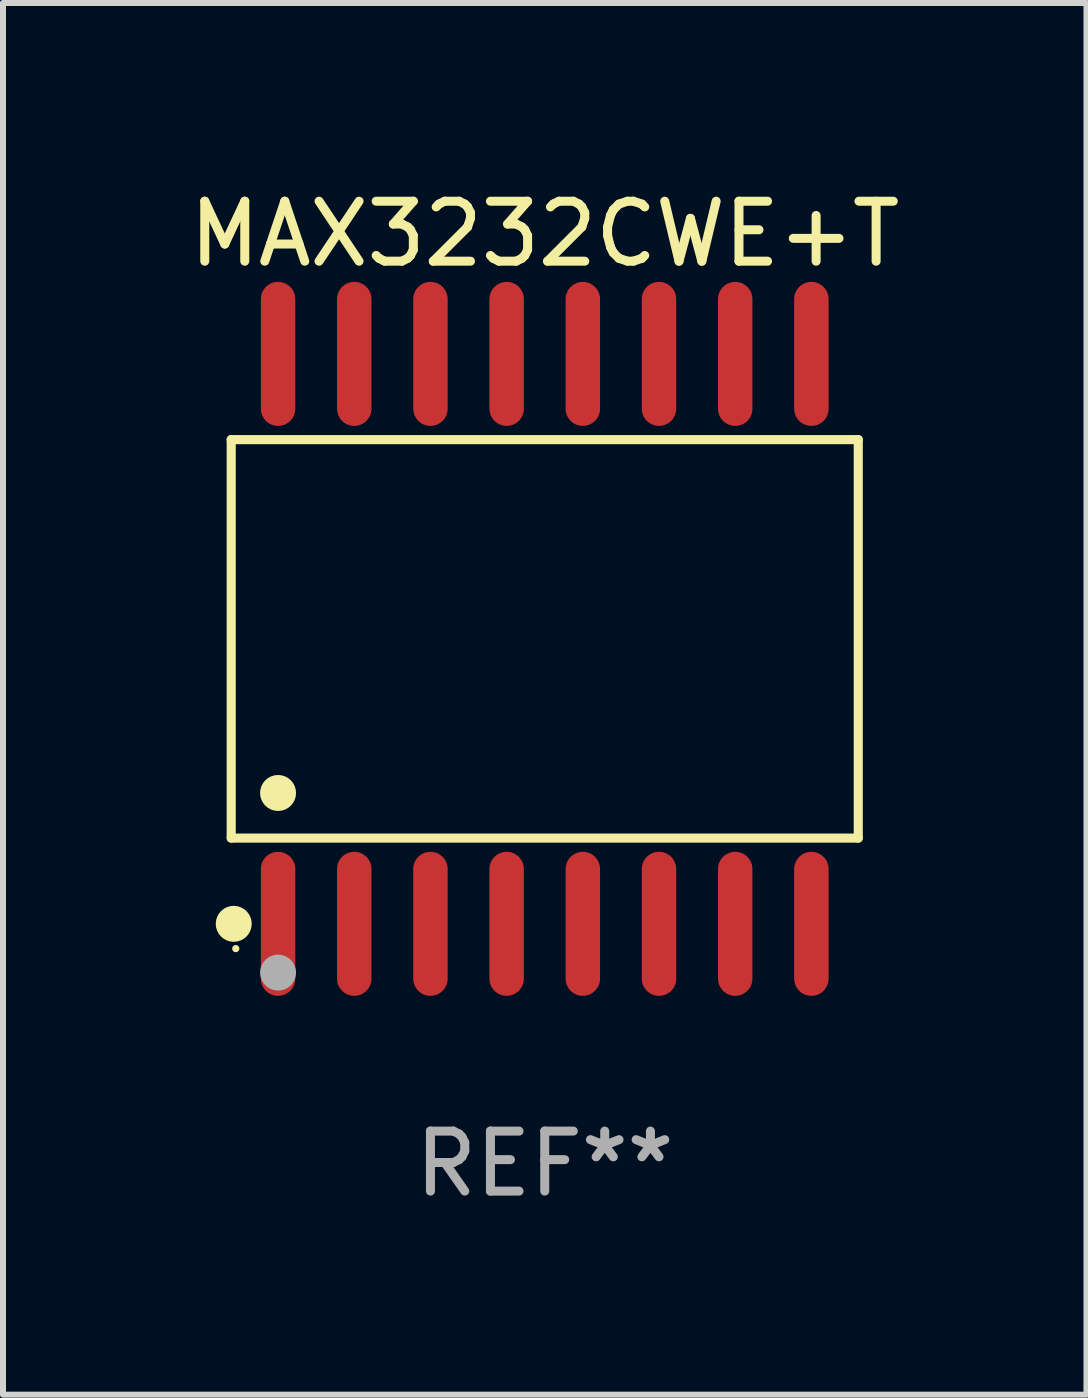
<source format=kicad_pcb>
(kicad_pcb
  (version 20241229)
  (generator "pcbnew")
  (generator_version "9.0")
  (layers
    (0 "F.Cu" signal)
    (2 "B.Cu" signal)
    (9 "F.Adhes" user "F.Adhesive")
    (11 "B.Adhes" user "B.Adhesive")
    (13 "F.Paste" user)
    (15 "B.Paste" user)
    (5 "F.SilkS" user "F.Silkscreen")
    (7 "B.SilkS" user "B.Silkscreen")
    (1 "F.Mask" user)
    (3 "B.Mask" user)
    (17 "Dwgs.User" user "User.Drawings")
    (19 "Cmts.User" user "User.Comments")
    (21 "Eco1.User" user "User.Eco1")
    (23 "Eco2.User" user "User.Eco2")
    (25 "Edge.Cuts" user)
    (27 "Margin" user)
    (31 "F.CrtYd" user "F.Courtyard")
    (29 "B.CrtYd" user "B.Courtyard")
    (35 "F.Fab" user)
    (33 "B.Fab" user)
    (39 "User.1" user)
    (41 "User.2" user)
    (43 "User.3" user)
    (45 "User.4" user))
  (footprint "MAX3232CWE+T"
    (layer "F.Cu")
    (at 6.03 7.599)
    (property "Reference" "MAX3232CWE+T" (at 0 -6.75 0) (layer "F.SilkS") (effects (font (size 1 1) (thickness 0.15))))
    (attr through_hole)
    (fp_line (start -5.226 -3.321) (end 5.226 -3.321) (stroke (width 0.152) (type solid)) (layer "F.SilkS"))
    (fp_line (start -5.226 3.321) (end -5.226 -3.321) (stroke (width 0.152) (type solid)) (layer "F.SilkS"))
    (fp_line (start 5.226 -3.321) (end 5.226 3.321) (stroke (width 0.152) (type solid)) (layer "F.SilkS"))
    (fp_line (start 5.226 3.321) (end -5.226 3.321) (stroke (width 0.152) (type solid)) (layer "F.SilkS"))
    (fp_circle (center -5.184 4.75) (end -5.034 4.75) (stroke (width 0.3) (type solid)) (fill no) (layer "F.SilkS"))
    (fp_circle (center -5.15 5.163) (end -5.12 5.163) (stroke (width 0.06) (type solid)) (fill no) (layer "F.SilkS"))
    (fp_circle (center -4.445 2.569) (end -4.295 2.569) (stroke (width 0.3) (type solid)) (fill no) (layer "F.SilkS"))
    (fp_circle (center -4.445 5.563) (end -4.295 5.563) (stroke (width 0.3) (type solid)) (fill no) (layer "F.Fab"))
    (fp_text user "REF**" (at 0 8.75 0) (layer "F.Fab") (effects (font (size 1 1) (thickness 0.15))))
    (pad "1" smd oval (at -4.445 4.75) (size 0.574 2.401) (layers "F.Cu" "F.Mask" "F.Paste"))
    (pad "2" smd oval (at -3.175 4.75) (size 0.574 2.401) (layers "F.Cu" "F.Mask" "F.Paste"))
    (pad "3" smd oval (at -1.905 4.75) (size 0.574 2.401) (layers "F.Cu" "F.Mask" "F.Paste"))
    (pad "4" smd oval (at -0.635 4.75) (size 0.574 2.401) (layers "F.Cu" "F.Mask" "F.Paste"))
    (pad "5" smd oval (at 0.635 4.75) (size 0.574 2.401) (layers "F.Cu" "F.Mask" "F.Paste"))
    (pad "6" smd oval (at 1.905 4.75) (size 0.574 2.401) (layers "F.Cu" "F.Mask" "F.Paste"))
    (pad "7" smd oval (at 3.175 4.75) (size 0.574 2.401) (layers "F.Cu" "F.Mask" "F.Paste"))
    (pad "8" smd oval (at 4.445 4.75) (size 0.574 2.401) (layers "F.Cu" "F.Mask" "F.Paste"))
    (pad "9" smd oval (at 4.445 -4.75) (size 0.574 2.401) (layers "F.Cu" "F.Mask" "F.Paste"))
    (pad "10" smd oval (at 3.175 -4.75) (size 0.574 2.401) (layers "F.Cu" "F.Mask" "F.Paste"))
    (pad "11" smd oval (at 1.905 -4.75) (size 0.574 2.401) (layers "F.Cu" "F.Mask" "F.Paste"))
    (pad "12" smd oval (at 0.635 -4.75) (size 0.574 2.401) (layers "F.Cu" "F.Mask" "F.Paste"))
    (pad "13" smd oval (at -0.635 -4.75) (size 0.574 2.401) (layers "F.Cu" "F.Mask" "F.Paste"))
    (pad "14" smd oval (at -1.905 -4.75) (size 0.574 2.401) (layers "F.Cu" "F.Mask" "F.Paste"))
    (pad "15" smd oval (at -3.175 -4.75) (size 0.574 2.401) (layers "F.Cu" "F.Mask" "F.Paste"))
    (pad "16" smd oval (at -4.445 -4.75) (size 0.574 2.401) (layers "F.Cu" "F.Mask" "F.Paste")))
  (gr_rect
    (start -3 -3)
    (end 15.06 20.197)
    (stroke (width 0.1) (type default))
    (fill no)
    (layer "Edge.Cuts")))
</source>
